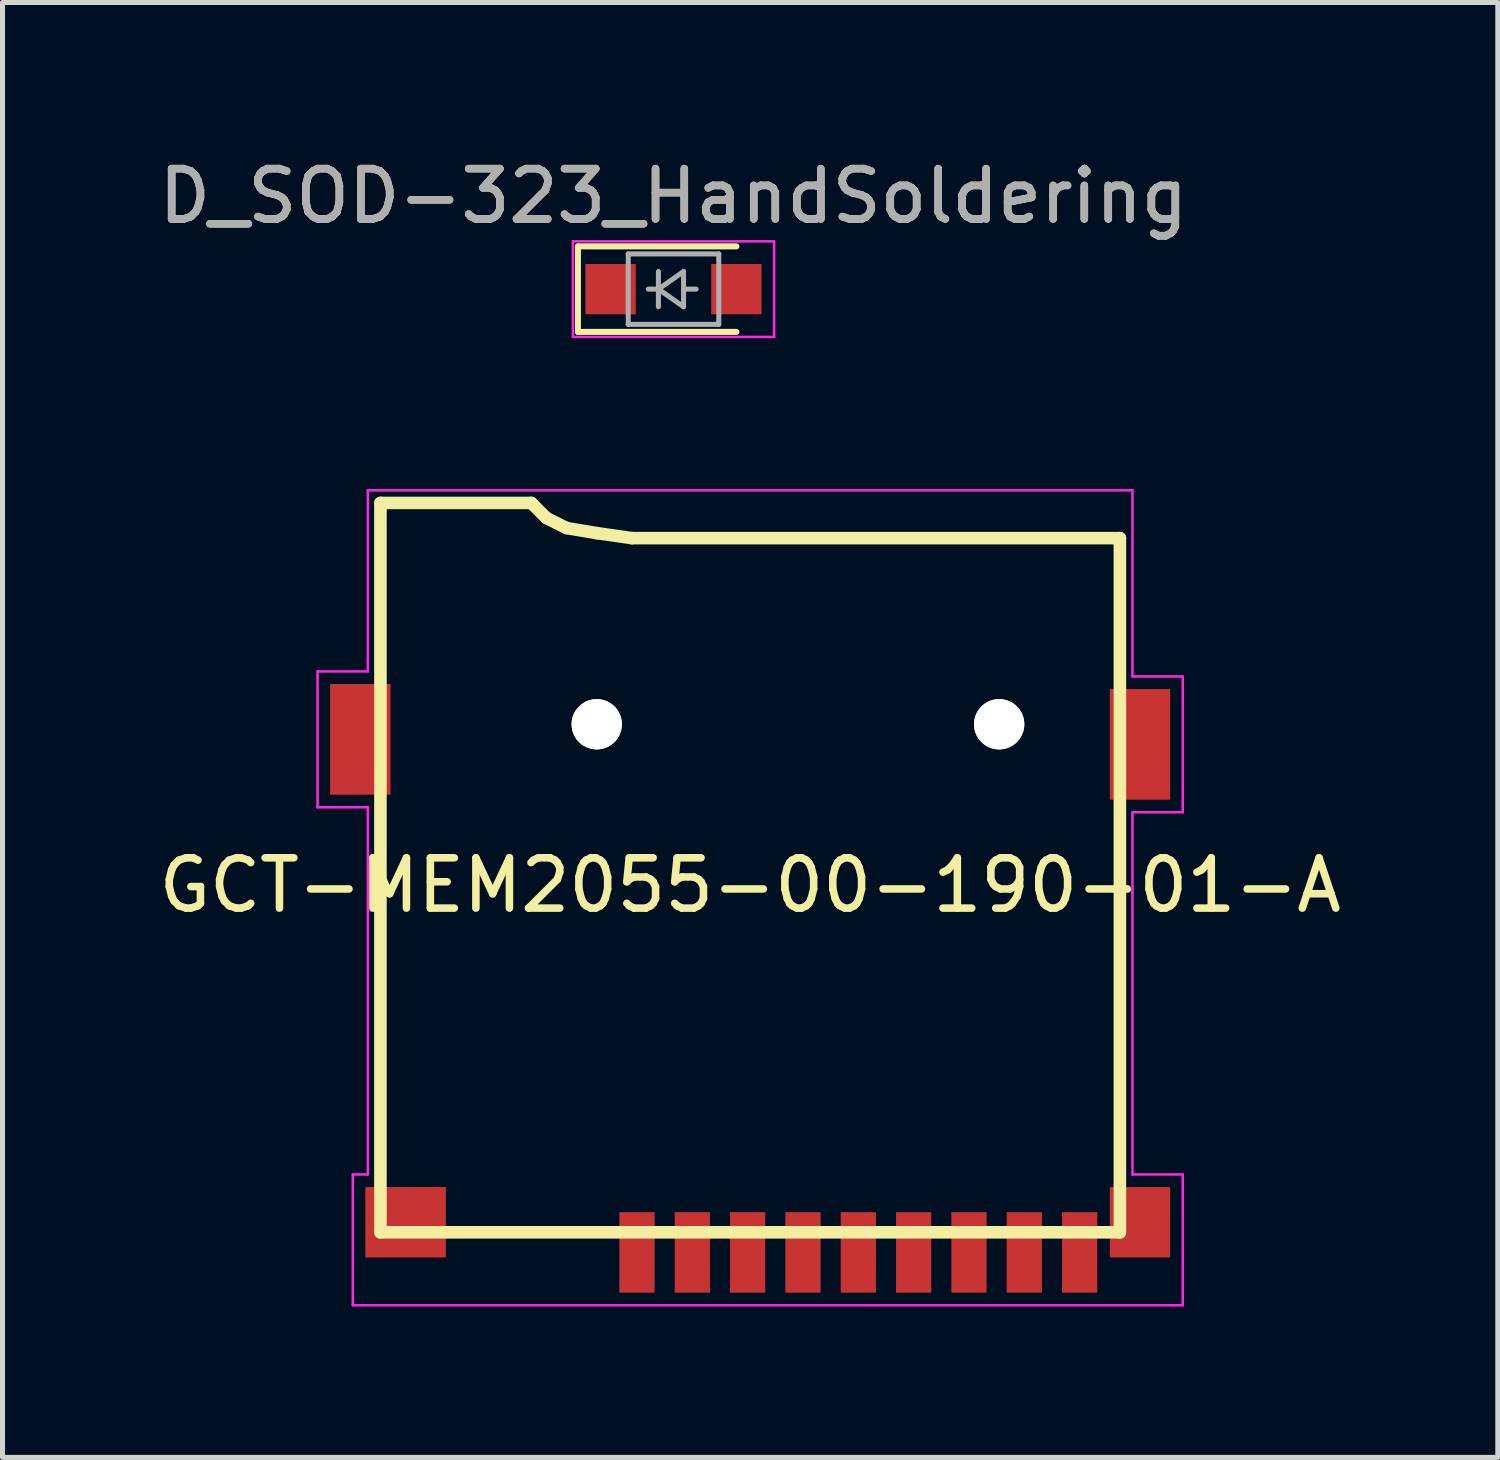
<source format=kicad_pcb>
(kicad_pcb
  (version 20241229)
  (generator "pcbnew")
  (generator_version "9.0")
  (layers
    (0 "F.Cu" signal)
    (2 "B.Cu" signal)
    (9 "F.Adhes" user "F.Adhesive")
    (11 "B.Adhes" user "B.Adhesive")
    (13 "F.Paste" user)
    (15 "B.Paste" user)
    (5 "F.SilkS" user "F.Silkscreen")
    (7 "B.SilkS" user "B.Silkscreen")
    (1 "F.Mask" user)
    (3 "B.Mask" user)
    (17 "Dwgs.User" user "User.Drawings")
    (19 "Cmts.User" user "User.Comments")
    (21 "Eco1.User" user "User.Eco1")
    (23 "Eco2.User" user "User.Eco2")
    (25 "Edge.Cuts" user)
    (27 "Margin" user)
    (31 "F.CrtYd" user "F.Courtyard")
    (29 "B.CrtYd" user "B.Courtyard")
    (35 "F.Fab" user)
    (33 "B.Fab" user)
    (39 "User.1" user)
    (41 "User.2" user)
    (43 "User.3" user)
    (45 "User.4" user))
  (footprint "GCT-MEM2055-00-190-01-A"
    (layer "F.Cu")
    (at 11.863 22.648)
    (property "Reference" "GCT-MEM2055-00-190-01-A" (at 0 -8.1 0) (layer "F.SilkS") (effects (font (size 1 1) (thickness 0.15))))
    (attr through_hole)
    (fp_line (start -7.35 -15.7) (end -7.35 -1.2) (stroke (width 0.25) (type solid)) (layer "F.SilkS"))
    (fp_line (start -4.35 -15.7) (end -7.35 -15.7) (stroke (width 0.25) (type solid)) (layer "F.SilkS"))
    (fp_line (start -4.05 -15.4) (end -4.35 -15.7) (stroke (width 0.25) (type solid)) (layer "F.SilkS"))
    (fp_line (start -3.65 -15.2) (end -4.05 -15.4) (stroke (width 0.25) (type solid)) (layer "F.SilkS"))
    (fp_line (start -3.05 -15.1) (end -3.65 -15.2) (stroke (width 0.25) (type solid)) (layer "F.SilkS"))
    (fp_line (start -2.35 -15) (end -3.05 -15.1) (stroke (width 0.25) (type solid)) (layer "F.SilkS"))
    (fp_line (start 7.35 -15) (end -2.35 -15) (stroke (width 0.25) (type solid)) (layer "F.SilkS"))
    (fp_line (start 7.35 -1.2) (end -7.35 -1.2) (stroke (width 0.25) (type solid)) (layer "F.SilkS"))
    (fp_line (start 7.35 -1.2) (end 7.35 -15) (stroke (width 0.25) (type solid)) (layer "F.SilkS"))
    (fp_line (start -8.6 -12.35) (end -8.6 -9.65) (stroke (width 0.05) (type solid)) (layer "F.CrtYd"))
    (fp_line (start -8.6 -12.35) (end -7.6 -12.35) (stroke (width 0.05) (type solid)) (layer "F.CrtYd"))
    (fp_line (start -8.6 -9.65) (end -7.6 -9.65) (stroke (width 0.05) (type solid)) (layer "F.CrtYd"))
    (fp_line (start -7.9 -2.35) (end -7.9 0.25) (stroke (width 0.05) (type solid)) (layer "F.CrtYd"))
    (fp_line (start -7.9 0.25) (end 8.6 0.25) (stroke (width 0.05) (type solid)) (layer "F.CrtYd"))
    (fp_line (start -7.6 -15.95) (end 7.6 -15.95) (stroke (width 0.05) (type solid)) (layer "F.CrtYd"))
    (fp_line (start -7.6 -12.35) (end -7.6 -15.95) (stroke (width 0.05) (type solid)) (layer "F.CrtYd"))
    (fp_line (start -7.6 -9.65) (end -7.6 -2.35) (stroke (width 0.05) (type solid)) (layer "F.CrtYd"))
    (fp_line (start -7.6 -2.35) (end -7.9 -2.35) (stroke (width 0.05) (type solid)) (layer "F.CrtYd"))
    (fp_line (start 7.6 -15.95) (end 7.6 -12.25) (stroke (width 0.05) (type solid)) (layer "F.CrtYd"))
    (fp_line (start 7.6 -12.25) (end 8.6 -12.25) (stroke (width 0.05) (type solid)) (layer "F.CrtYd"))
    (fp_line (start 7.6 -9.55) (end 7.6 -2.35) (stroke (width 0.05) (type solid)) (layer "F.CrtYd"))
    (fp_line (start 7.6 -9.55) (end 8.6 -9.55) (stroke (width 0.05) (type solid)) (layer "F.CrtYd"))
    (fp_line (start 7.6 -2.35) (end 8.6 -2.35) (stroke (width 0.05) (type solid)) (layer "F.CrtYd"))
    (fp_line (start 8.6 -12.25) (end 8.6 -9.55) (stroke (width 0.05) (type solid)) (layer "F.CrtYd"))
    (fp_line (start 8.6 -2.35) (end 8.6 0.25) (stroke (width 0.05) (type solid)) (layer "F.CrtYd"))
    (pad "" np_thru_hole circle (at -3.05 -11.3 180) (size 1 1) (drill 1) (layers "*.Cu" "*.Mask" "F.SilkS"))
    (pad "" np_thru_hole circle (at 4.95 -11.3 180) (size 1 1) (drill 1) (layers "*.Cu" "*.Mask" "F.SilkS"))
    (pad "1" smd rect (at -2.25 -0.8) (size 0.7 1.6) (layers "F.Cu" "F.Mask" "F.Paste"))
    (pad "2" smd rect (at -1.15 -0.8) (size 0.7 1.6) (layers "F.Cu" "F.Mask" "F.Paste"))
    (pad "3" smd rect (at -0.05 -0.8) (size 0.7 1.6) (layers "F.Cu" "F.Mask" "F.Paste"))
    (pad "4" smd rect (at 1.05 -0.8) (size 0.7 1.6) (layers "F.Cu" "F.Mask" "F.Paste"))
    (pad "5" smd rect (at 2.15 -0.8) (size 0.7 1.6) (layers "F.Cu" "F.Mask" "F.Paste"))
    (pad "6" smd rect (at -7.75 -11 180) (size 1.2 2.2) (layers "F.Cu" "F.Mask" "F.Paste"))
    (pad "6" smd rect (at -6.85 -1.4) (size 1.6 1.4) (layers "F.Cu" "F.Mask" "F.Paste"))
    (pad "6" smd rect (at 3.25 -0.8) (size 0.7 1.6) (layers "F.Cu" "F.Mask" "F.Paste"))
    (pad "6" smd rect (at 7.75 -10.9 180) (size 1.2 2.2) (layers "F.Cu" "F.Mask" "F.Paste"))
    (pad "6" smd rect (at 7.75 -1.4) (size 1.2 1.4) (layers "F.Cu" "F.Mask" "F.Paste"))
    (pad "7" smd rect (at 4.35 -0.8) (size 0.7 1.6) (layers "F.Cu" "F.Mask" "F.Paste"))
    (pad "8" smd rect (at 5.45 -0.8) (size 0.7 1.6) (layers "F.Cu" "F.Mask" "F.Paste"))
    (pad "9" smd rect (at 6.55 -0.8) (size 0.7 1.6) (layers "F.Cu" "F.Mask" "F.Paste")))
  (footprint "D_SOD-323_HandSoldering"
    (layer "F.Cu")
    (at 10.339 2.698)
    (property "Reference" "D_SOD-323_HandSoldering" (at 0 -1.85 0) (layer "F.SilkS") (effects (font (size 1 1) (thickness 0.15))))
    (attr smd)
    (fp_line (start -1.9 -0.85) (end -1.9 0.85) (stroke (width 0.12) (type solid)) (layer "F.SilkS"))
    (fp_line (start -1.9 -0.85) (end 1.25 -0.85) (stroke (width 0.12) (type solid)) (layer "F.SilkS"))
    (fp_line (start -1.9 0.85) (end 1.25 0.85) (stroke (width 0.12) (type solid)) (layer "F.SilkS"))
    (fp_line (start -2 -0.95) (end -2 0.95) (stroke (width 0.05) (type solid)) (layer "F.CrtYd"))
    (fp_line (start -2 -0.95) (end 2 -0.95) (stroke (width 0.05) (type solid)) (layer "F.CrtYd"))
    (fp_line (start -2 0.95) (end 2 0.95) (stroke (width 0.05) (type solid)) (layer "F.CrtYd"))
    (fp_line (start 2 -0.95) (end 2 0.95) (stroke (width 0.05) (type solid)) (layer "F.CrtYd"))
    (fp_line (start -0.9 -0.7) (end 0.9 -0.7) (stroke (width 0.1) (type solid)) (layer "F.Fab"))
    (fp_line (start -0.9 0.7) (end -0.9 -0.7) (stroke (width 0.1) (type solid)) (layer "F.Fab"))
    (fp_line (start -0.3 -0.35) (end -0.3 0.35) (stroke (width 0.1) (type solid)) (layer "F.Fab"))
    (fp_line (start -0.3 0) (end -0.5 0) (stroke (width 0.1) (type solid)) (layer "F.Fab"))
    (fp_line (start -0.3 0) (end 0.2 -0.35) (stroke (width 0.1) (type solid)) (layer "F.Fab"))
    (fp_line (start 0.2 -0.35) (end 0.2 0.35) (stroke (width 0.1) (type solid)) (layer "F.Fab"))
    (fp_line (start 0.2 0) (end 0.45 0) (stroke (width 0.1) (type solid)) (layer "F.Fab"))
    (fp_line (start 0.2 0.35) (end -0.3 0) (stroke (width 0.1) (type solid)) (layer "F.Fab"))
    (fp_line (start 0.9 -0.7) (end 0.9 0.7) (stroke (width 0.1) (type solid)) (layer "F.Fab"))
    (fp_line (start 0.9 0.7) (end -0.9 0.7) (stroke (width 0.1) (type solid)) (layer "F.Fab"))
    (fp_text user "${REFERENCE}" (at 0 -1.85 0) (layer "F.Fab") (effects (font (size 1 1) (thickness 0.15))))
    (pad "1" smd rect (at 1.25 0) (size 1 1) (layers "F.Cu" "F.Mask" "F.Paste"))
    (pad "2" smd rect (at -1.25 0) (size 1 1) (layers "F.Cu" "F.Mask" "F.Paste")))
  (gr_rect
    (start -3 -3)
    (end 26.726 25.923)
    (stroke (width 0.1) (type default))
    (fill no)
    (layer "Edge.Cuts")))
</source>
